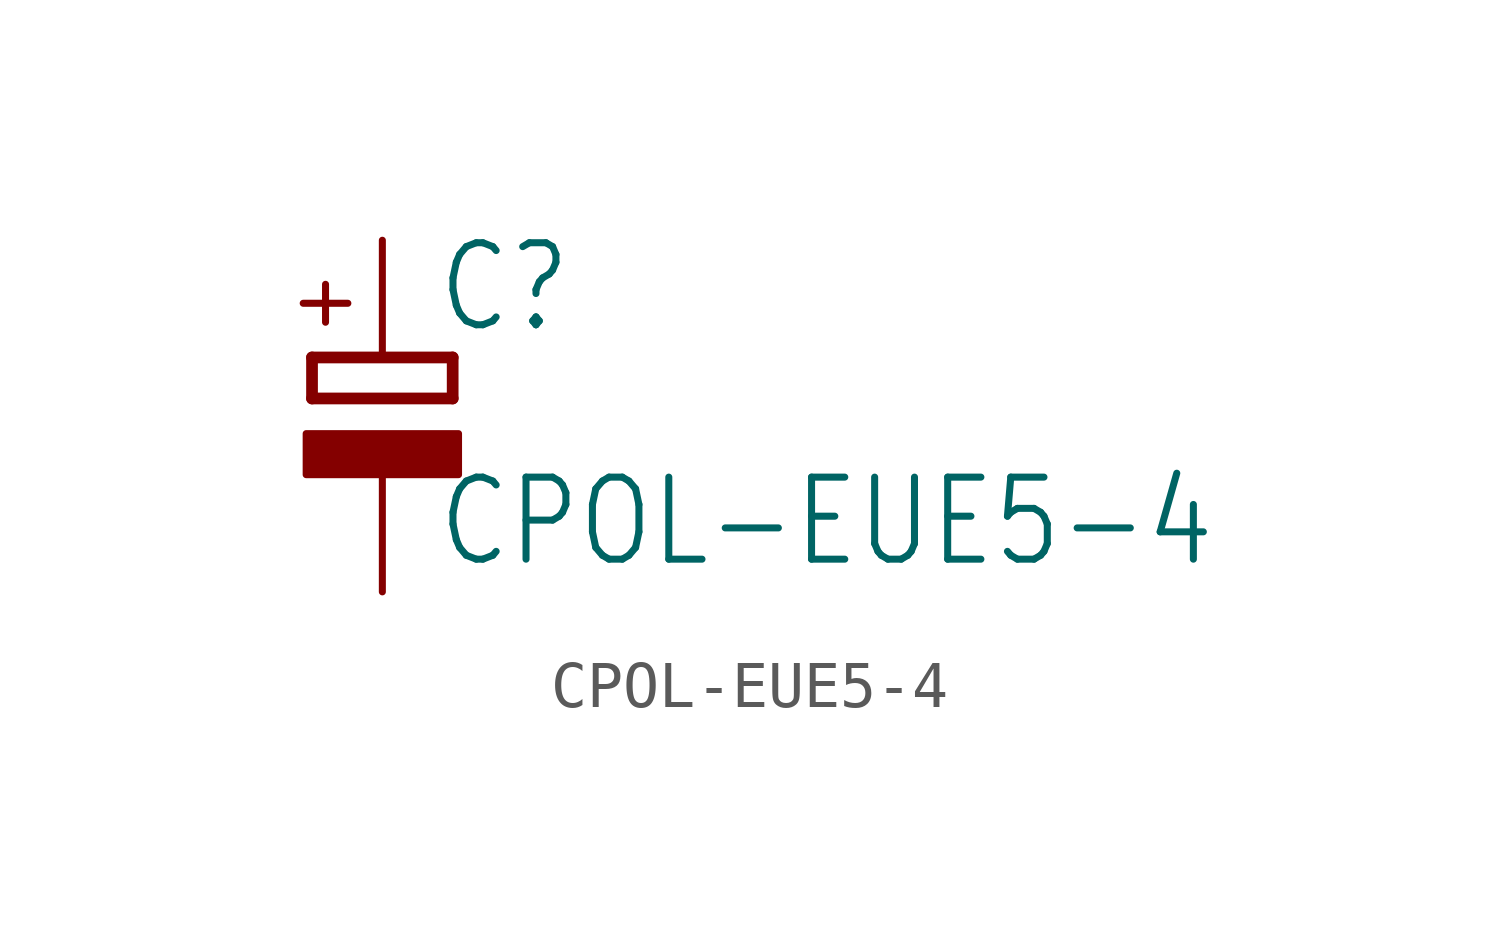
<source format=kicad_sym>
(kicad_symbol_lib
  (version 20220331)
  (generator kicad_symbol_editor)
  (symbol "CPOL-EUE5-4"
    (property "Reference" "C"
      (at 1.143 0.483 0)
      (effects (font (size 1.778 1.511)) (justify left bottom)))
    (property "Value" "CPOL-EUE5-4"
      (at 1.143 -4.597 0)
      (effects (font (size 1.778 1.511)) (justify left bottom)))
    (property "ki_locked" ""
      (at 0 0 0)
      (effects (font (size 1.27 1.27))))
    (symbol "CPOL-EUE5-4_1_0"
      (rectangle (start -1.651 -2.54) (end 1.651 -1.651) (stroke (width 0) (type default)) (fill (type outline)))
      (polyline (pts (xy -1.524 -0.889) (xy 1.524 -0.889)) (stroke (width 0.254) (type solid)) (fill (type none)))
      (polyline (pts (xy -1.524 0) (xy -1.524 -0.889)) (stroke (width 0.254) (type solid)) (fill (type none)))
      (polyline (pts (xy -1.524 0) (xy 1.524 0)) (stroke (width 0.254) (type solid)) (fill (type none)))
      (polyline (pts (xy 1.524 -0.889) (xy 1.524 0)) (stroke (width 0.254) (type solid)) (fill (type none)))
      (text "+" (at -0.584 0.406 900) (effects (font (size 1.27 1.079)) (justify left bottom)))
      (pin passive line (at 0 2.54 270) (length 2.54) (name "+" (effects (font (size 0 0)))) (number "+" (effects (font (size 0 0)))))
      (pin passive line (at 0 -5.08 90) (length 2.54) (name "-" (effects (font (size 0 0)))) (number "-" (effects (font (size 0 0))))))))
</source>
